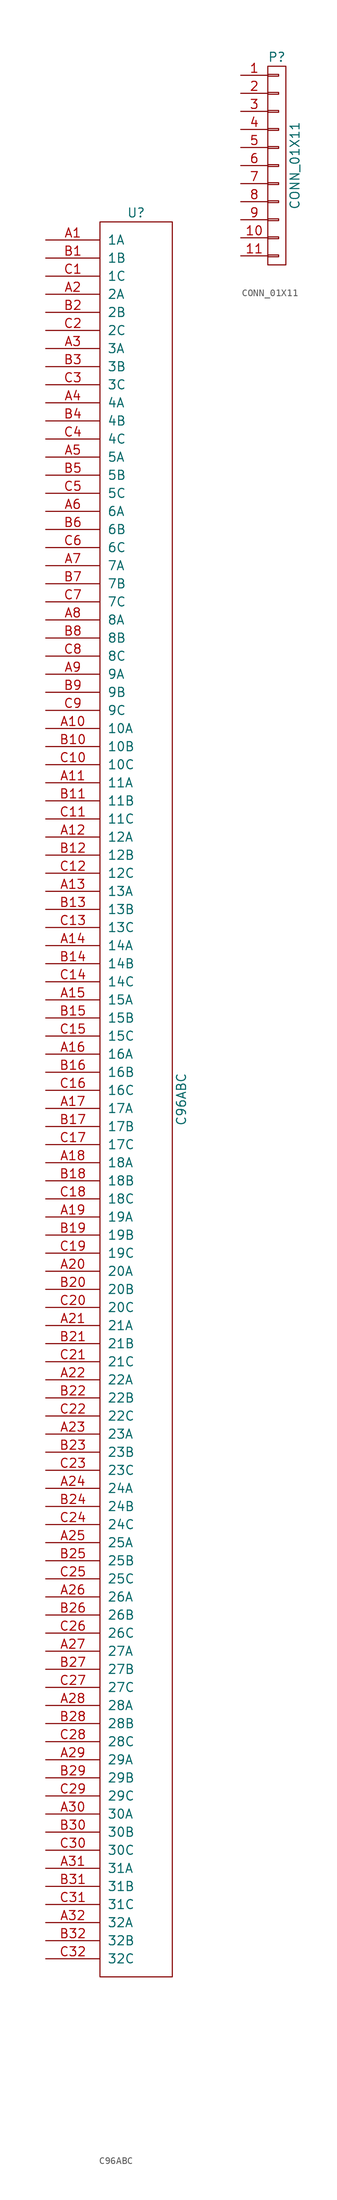
<source format=kicad_sym>
(kicad_symbol_lib
  (version 20211014)
  (generator kicad_symbol_editor)
  (symbol "C96ABC"
    (pin_names
      (offset 1.016))
    (property "Reference" "U"
      (at 0 124.46 0)
      (effects (font (size 1.27 1.27))))
    (property "Value" "C96ABC"
      (at 6.35 0 90)
      (effects (font (size 1.27 1.27))))
    (property "Footprint" ""
      (at 0 0 0)
      (effects (font (size 1.27 1.27))))
    (property "Datasheet" ""
      (at 0 0 0)
      (effects (font (size 1.27 1.27))))
    (symbol "C96ABC_0_1"
      (rectangle (start -5.08 -123.19) (end 5.08 123.19) (stroke (width 0) (type default) (color 0 0 0 0)) (fill (type none))))
    (symbol "C96ABC_1_1"
      (pin passive line (at -12.7 120.65 0) (length 7.62) (name "1A" (effects (font (size 1.27 1.27)))) (number "A1" (effects (font (size 1.27 1.27)))))
      (pin passive line (at -12.7 52.07 0) (length 7.62) (name "10A" (effects (font (size 1.27 1.27)))) (number "A10" (effects (font (size 1.27 1.27)))))
      (pin passive line (at -12.7 44.45 0) (length 7.62) (name "11A" (effects (font (size 1.27 1.27)))) (number "A11" (effects (font (size 1.27 1.27)))))
      (pin passive line (at -12.7 36.83 0) (length 7.62) (name "12A" (effects (font (size 1.27 1.27)))) (number "A12" (effects (font (size 1.27 1.27)))))
      (pin passive line (at -12.7 29.21 0) (length 7.62) (name "13A" (effects (font (size 1.27 1.27)))) (number "A13" (effects (font (size 1.27 1.27)))))
      (pin passive line (at -12.7 21.59 0) (length 7.62) (name "14A" (effects (font (size 1.27 1.27)))) (number "A14" (effects (font (size 1.27 1.27)))))
      (pin passive line (at -12.7 13.97 0) (length 7.62) (name "15A" (effects (font (size 1.27 1.27)))) (number "A15" (effects (font (size 1.27 1.27)))))
      (pin passive line (at -12.7 6.35 0) (length 7.62) (name "16A" (effects (font (size 1.27 1.27)))) (number "A16" (effects (font (size 1.27 1.27)))))
      (pin passive line (at -12.7 -1.27 0) (length 7.62) (name "17A" (effects (font (size 1.27 1.27)))) (number "A17" (effects (font (size 1.27 1.27)))))
      (pin passive line (at -12.7 -8.89 0) (length 7.62) (name "18A" (effects (font (size 1.27 1.27)))) (number "A18" (effects (font (size 1.27 1.27)))))
      (pin passive line (at -12.7 -16.51 0) (length 7.62) (name "19A" (effects (font (size 1.27 1.27)))) (number "A19" (effects (font (size 1.27 1.27)))))
      (pin passive line (at -12.7 113.03 0) (length 7.62) (name "2A" (effects (font (size 1.27 1.27)))) (number "A2" (effects (font (size 1.27 1.27)))))
      (pin passive line (at -12.7 -24.13 0) (length 7.62) (name "20A" (effects (font (size 1.27 1.27)))) (number "A20" (effects (font (size 1.27 1.27)))))
      (pin tri_state line (at -12.7 -31.75 0) (length 7.62) (name "21A" (effects (font (size 1.27 1.27)))) (number "A21" (effects (font (size 1.27 1.27)))))
      (pin passive line (at -12.7 -39.37 0) (length 7.62) (name "22A" (effects (font (size 1.27 1.27)))) (number "A22" (effects (font (size 1.27 1.27)))))
      (pin passive line (at -12.7 -46.99 0) (length 7.62) (name "23A" (effects (font (size 1.27 1.27)))) (number "A23" (effects (font (size 1.27 1.27)))))
      (pin passive line (at -12.7 -54.61 0) (length 7.62) (name "24A" (effects (font (size 1.27 1.27)))) (number "A24" (effects (font (size 1.27 1.27)))))
      (pin passive line (at -12.7 -62.23 0) (length 7.62) (name "25A" (effects (font (size 1.27 1.27)))) (number "A25" (effects (font (size 1.27 1.27)))))
      (pin passive line (at -12.7 -69.85 0) (length 7.62) (name "26A" (effects (font (size 1.27 1.27)))) (number "A26" (effects (font (size 1.27 1.27)))))
      (pin passive line (at -12.7 -77.47 0) (length 7.62) (name "27A" (effects (font (size 1.27 1.27)))) (number "A27" (effects (font (size 1.27 1.27)))))
      (pin passive line (at -12.7 -85.09 0) (length 7.62) (name "28A" (effects (font (size 1.27 1.27)))) (number "A28" (effects (font (size 1.27 1.27)))))
      (pin passive line (at -12.7 -92.71 0) (length 7.62) (name "29A" (effects (font (size 1.27 1.27)))) (number "A29" (effects (font (size 1.27 1.27)))))
      (pin passive line (at -12.7 105.41 0) (length 7.62) (name "3A" (effects (font (size 1.27 1.27)))) (number "A3" (effects (font (size 1.27 1.27)))))
      (pin passive line (at -12.7 -100.33 0) (length 7.62) (name "30A" (effects (font (size 1.27 1.27)))) (number "A30" (effects (font (size 1.27 1.27)))))
      (pin passive line (at -12.7 -107.95 0) (length 7.62) (name "31A" (effects (font (size 1.27 1.27)))) (number "A31" (effects (font (size 1.27 1.27)))))
      (pin passive line (at -12.7 -115.57 0) (length 7.62) (name "32A" (effects (font (size 1.27 1.27)))) (number "A32" (effects (font (size 1.27 1.27)))))
      (pin passive line (at -12.7 97.79 0) (length 7.62) (name "4A" (effects (font (size 1.27 1.27)))) (number "A4" (effects (font (size 1.27 1.27)))))
      (pin passive line (at -12.7 90.17 0) (length 7.62) (name "5A" (effects (font (size 1.27 1.27)))) (number "A5" (effects (font (size 1.27 1.27)))))
      (pin passive line (at -12.7 82.55 0) (length 7.62) (name "6A" (effects (font (size 1.27 1.27)))) (number "A6" (effects (font (size 1.27 1.27)))))
      (pin passive line (at -12.7 74.93 0) (length 7.62) (name "7A" (effects (font (size 1.27 1.27)))) (number "A7" (effects (font (size 1.27 1.27)))))
      (pin passive line (at -12.7 67.31 0) (length 7.62) (name "8A" (effects (font (size 1.27 1.27)))) (number "A8" (effects (font (size 1.27 1.27)))))
      (pin passive line (at -12.7 59.69 0) (length 7.62) (name "9A" (effects (font (size 1.27 1.27)))) (number "A9" (effects (font (size 1.27 1.27)))))
      (pin passive line (at -12.7 118.11 0) (length 7.62) (name "1B" (effects (font (size 1.27 1.27)))) (number "B1" (effects (font (size 1.27 1.27)))))
      (pin passive line (at -12.7 49.53 0) (length 7.62) (name "10B" (effects (font (size 1.27 1.27)))) (number "B10" (effects (font (size 1.27 1.27)))))
      (pin passive line (at -12.7 41.91 0) (length 7.62) (name "11B" (effects (font (size 1.27 1.27)))) (number "B11" (effects (font (size 1.27 1.27)))))
      (pin passive line (at -12.7 34.29 0) (length 7.62) (name "12B" (effects (font (size 1.27 1.27)))) (number "B12" (effects (font (size 1.27 1.27)))))
      (pin passive line (at -12.7 26.67 0) (length 7.62) (name "13B" (effects (font (size 1.27 1.27)))) (number "B13" (effects (font (size 1.27 1.27)))))
      (pin passive line (at -12.7 19.05 0) (length 7.62) (name "14B" (effects (font (size 1.27 1.27)))) (number "B14" (effects (font (size 1.27 1.27)))))
      (pin passive line (at -12.7 11.43 0) (length 7.62) (name "15B" (effects (font (size 1.27 1.27)))) (number "B15" (effects (font (size 1.27 1.27)))))
      (pin passive line (at -12.7 3.81 0) (length 7.62) (name "16B" (effects (font (size 1.27 1.27)))) (number "B16" (effects (font (size 1.27 1.27)))))
      (pin passive line (at -12.7 -3.81 0) (length 7.62) (name "17B" (effects (font (size 1.27 1.27)))) (number "B17" (effects (font (size 1.27 1.27)))))
      (pin passive line (at -12.7 -11.43 0) (length 7.62) (name "18B" (effects (font (size 1.27 1.27)))) (number "B18" (effects (font (size 1.27 1.27)))))
      (pin passive line (at -12.7 -19.05 0) (length 7.62) (name "19B" (effects (font (size 1.27 1.27)))) (number "B19" (effects (font (size 1.27 1.27)))))
      (pin passive line (at -12.7 110.49 0) (length 7.62) (name "2B" (effects (font (size 1.27 1.27)))) (number "B2" (effects (font (size 1.27 1.27)))))
      (pin passive line (at -12.7 -26.67 0) (length 7.62) (name "20B" (effects (font (size 1.27 1.27)))) (number "B20" (effects (font (size 1.27 1.27)))))
      (pin passive line (at -12.7 -34.29 0) (length 7.62) (name "21B" (effects (font (size 1.27 1.27)))) (number "B21" (effects (font (size 1.27 1.27)))))
      (pin passive line (at -12.7 -41.91 0) (length 7.62) (name "22B" (effects (font (size 1.27 1.27)))) (number "B22" (effects (font (size 1.27 1.27)))))
      (pin passive line (at -12.7 -49.53 0) (length 7.62) (name "23B" (effects (font (size 1.27 1.27)))) (number "B23" (effects (font (size 1.27 1.27)))))
      (pin passive line (at -12.7 -57.15 0) (length 7.62) (name "24B" (effects (font (size 1.27 1.27)))) (number "B24" (effects (font (size 1.27 1.27)))))
      (pin passive line (at -12.7 -64.77 0) (length 7.62) (name "25B" (effects (font (size 1.27 1.27)))) (number "B25" (effects (font (size 1.27 1.27)))))
      (pin passive line (at -12.7 -72.39 0) (length 7.62) (name "26B" (effects (font (size 1.27 1.27)))) (number "B26" (effects (font (size 1.27 1.27)))))
      (pin passive line (at -12.7 -80.01 0) (length 7.62) (name "27B" (effects (font (size 1.27 1.27)))) (number "B27" (effects (font (size 1.27 1.27)))))
      (pin passive line (at -12.7 -87.63 0) (length 7.62) (name "28B" (effects (font (size 1.27 1.27)))) (number "B28" (effects (font (size 1.27 1.27)))))
      (pin passive line (at -12.7 -95.25 0) (length 7.62) (name "29B" (effects (font (size 1.27 1.27)))) (number "B29" (effects (font (size 1.27 1.27)))))
      (pin passive line (at -12.7 102.87 0) (length 7.62) (name "3B" (effects (font (size 1.27 1.27)))) (number "B3" (effects (font (size 1.27 1.27)))))
      (pin passive line (at -12.7 -102.87 0) (length 7.62) (name "30B" (effects (font (size 1.27 1.27)))) (number "B30" (effects (font (size 1.27 1.27)))))
      (pin passive line (at -12.7 -110.49 0) (length 7.62) (name "31B" (effects (font (size 1.27 1.27)))) (number "B31" (effects (font (size 1.27 1.27)))))
      (pin passive line (at -12.7 -118.11 0) (length 7.62) (name "32B" (effects (font (size 1.27 1.27)))) (number "B32" (effects (font (size 1.27 1.27)))))
      (pin passive line (at -12.7 95.25 0) (length 7.62) (name "4B" (effects (font (size 1.27 1.27)))) (number "B4" (effects (font (size 1.27 1.27)))))
      (pin passive line (at -12.7 87.63 0) (length 7.62) (name "5B" (effects (font (size 1.27 1.27)))) (number "B5" (effects (font (size 1.27 1.27)))))
      (pin passive line (at -12.7 80.01 0) (length 7.62) (name "6B" (effects (font (size 1.27 1.27)))) (number "B6" (effects (font (size 1.27 1.27)))))
      (pin passive line (at -12.7 72.39 0) (length 7.62) (name "7B" (effects (font (size 1.27 1.27)))) (number "B7" (effects (font (size 1.27 1.27)))))
      (pin passive line (at -12.7 64.77 0) (length 7.62) (name "8B" (effects (font (size 1.27 1.27)))) (number "B8" (effects (font (size 1.27 1.27)))))
      (pin passive line (at -12.7 57.15 0) (length 7.62) (name "9B" (effects (font (size 1.27 1.27)))) (number "B9" (effects (font (size 1.27 1.27)))))
      (pin passive line (at -12.7 115.57 0) (length 7.62) (name "1C" (effects (font (size 1.27 1.27)))) (number "C1" (effects (font (size 1.27 1.27)))))
      (pin passive line (at -12.7 46.99 0) (length 7.62) (name "10C" (effects (font (size 1.27 1.27)))) (number "C10" (effects (font (size 1.27 1.27)))))
      (pin passive line (at -12.7 39.37 0) (length 7.62) (name "11C" (effects (font (size 1.27 1.27)))) (number "C11" (effects (font (size 1.27 1.27)))))
      (pin passive line (at -12.7 31.75 0) (length 7.62) (name "12C" (effects (font (size 1.27 1.27)))) (number "C12" (effects (font (size 1.27 1.27)))))
      (pin passive line (at -12.7 24.13 0) (length 7.62) (name "13C" (effects (font (size 1.27 1.27)))) (number "C13" (effects (font (size 1.27 1.27)))))
      (pin passive line (at -12.7 16.51 0) (length 7.62) (name "14C" (effects (font (size 1.27 1.27)))) (number "C14" (effects (font (size 1.27 1.27)))))
      (pin passive line (at -12.7 8.89 0) (length 7.62) (name "15C" (effects (font (size 1.27 1.27)))) (number "C15" (effects (font (size 1.27 1.27)))))
      (pin passive line (at -12.7 1.27 0) (length 7.62) (name "16C" (effects (font (size 1.27 1.27)))) (number "C16" (effects (font (size 1.27 1.27)))))
      (pin passive line (at -12.7 -6.35 0) (length 7.62) (name "17C" (effects (font (size 1.27 1.27)))) (number "C17" (effects (font (size 1.27 1.27)))))
      (pin passive line (at -12.7 -13.97 0) (length 7.62) (name "18C" (effects (font (size 1.27 1.27)))) (number "C18" (effects (font (size 1.27 1.27)))))
      (pin passive line (at -12.7 -21.59 0) (length 7.62) (name "19C" (effects (font (size 1.27 1.27)))) (number "C19" (effects (font (size 1.27 1.27)))))
      (pin passive line (at -12.7 107.95 0) (length 7.62) (name "2C" (effects (font (size 1.27 1.27)))) (number "C2" (effects (font (size 1.27 1.27)))))
      (pin passive line (at -12.7 -29.21 0) (length 7.62) (name "20C" (effects (font (size 1.27 1.27)))) (number "C20" (effects (font (size 1.27 1.27)))))
      (pin passive line (at -12.7 -36.83 0) (length 7.62) (name "21C" (effects (font (size 1.27 1.27)))) (number "C21" (effects (font (size 1.27 1.27)))))
      (pin passive line (at -12.7 -44.45 0) (length 7.62) (name "22C" (effects (font (size 1.27 1.27)))) (number "C22" (effects (font (size 1.27 1.27)))))
      (pin passive line (at -12.7 -52.07 0) (length 7.62) (name "23C" (effects (font (size 1.27 1.27)))) (number "C23" (effects (font (size 1.27 1.27)))))
      (pin passive line (at -12.7 -59.69 0) (length 7.62) (name "24C" (effects (font (size 1.27 1.27)))) (number "C24" (effects (font (size 1.27 1.27)))))
      (pin passive line (at -12.7 -67.31 0) (length 7.62) (name "25C" (effects (font (size 1.27 1.27)))) (number "C25" (effects (font (size 1.27 1.27)))))
      (pin passive line (at -12.7 -74.93 0) (length 7.62) (name "26C" (effects (font (size 1.27 1.27)))) (number "C26" (effects (font (size 1.27 1.27)))))
      (pin passive line (at -12.7 -82.55 0) (length 7.62) (name "27C" (effects (font (size 1.27 1.27)))) (number "C27" (effects (font (size 1.27 1.27)))))
      (pin passive line (at -12.7 -90.17 0) (length 7.62) (name "28C" (effects (font (size 1.27 1.27)))) (number "C28" (effects (font (size 1.27 1.27)))))
      (pin passive line (at -12.7 -97.79 0) (length 7.62) (name "29C" (effects (font (size 1.27 1.27)))) (number "C29" (effects (font (size 1.27 1.27)))))
      (pin passive line (at -12.7 100.33 0) (length 7.62) (name "3C" (effects (font (size 1.27 1.27)))) (number "C3" (effects (font (size 1.27 1.27)))))
      (pin passive line (at -12.7 -105.41 0) (length 7.62) (name "30C" (effects (font (size 1.27 1.27)))) (number "C30" (effects (font (size 1.27 1.27)))))
      (pin passive line (at -12.7 -113.03 0) (length 7.62) (name "31C" (effects (font (size 1.27 1.27)))) (number "C31" (effects (font (size 1.27 1.27)))))
      (pin passive line (at -12.7 -120.65 0) (length 7.62) (name "32C" (effects (font (size 1.27 1.27)))) (number "C32" (effects (font (size 1.27 1.27)))))
      (pin passive line (at -12.7 92.71 0) (length 7.62) (name "4C" (effects (font (size 1.27 1.27)))) (number "C4" (effects (font (size 1.27 1.27)))))
      (pin passive line (at -12.7 85.09 0) (length 7.62) (name "5C" (effects (font (size 1.27 1.27)))) (number "C5" (effects (font (size 1.27 1.27)))))
      (pin passive line (at -12.7 77.47 0) (length 7.62) (name "6C" (effects (font (size 1.27 1.27)))) (number "C6" (effects (font (size 1.27 1.27)))))
      (pin passive line (at -12.7 69.85 0) (length 7.62) (name "7C" (effects (font (size 1.27 1.27)))) (number "C7" (effects (font (size 1.27 1.27)))))
      (pin passive line (at -12.7 62.23 0) (length 7.62) (name "8C" (effects (font (size 1.27 1.27)))) (number "C8" (effects (font (size 1.27 1.27)))))
      (pin passive line (at -12.7 54.61 0) (length 7.62) (name "9C" (effects (font (size 1.27 1.27)))) (number "C9" (effects (font (size 1.27 1.27)))))))
  (symbol "CONN_01X11"
    (pin_names
      (offset 1.016) hide)
    (property "Reference" "P"
      (at 0 15.24 0)
      (effects (font (size 1.27 1.27))))
    (property "Value" "CONN_01X11"
      (at 2.54 0 90)
      (effects (font (size 1.27 1.27))))
    (property "Footprint" ""
      (at 0 0 0)
      (effects (font (size 1.27 1.27))))
    (property "Datasheet" ""
      (at 0 0 0)
      (effects (font (size 1.27 1.27))))
    (symbol "CONN_01X11_0_1"
      (rectangle (start -1.27 -12.573) (end 0.254 -12.827) (stroke (width 0) (type default) (color 0 0 0 0)) (fill (type none)))
      (rectangle (start -1.27 -10.033) (end 0.254 -10.287) (stroke (width 0) (type default) (color 0 0 0 0)) (fill (type none)))
      (rectangle (start -1.27 -7.493) (end 0.254 -7.747) (stroke (width 0) (type default) (color 0 0 0 0)) (fill (type none)))
      (rectangle (start -1.27 -4.953) (end 0.254 -5.207) (stroke (width 0) (type default) (color 0 0 0 0)) (fill (type none)))
      (rectangle (start -1.27 -2.413) (end 0.254 -2.667) (stroke (width 0) (type default) (color 0 0 0 0)) (fill (type none)))
      (rectangle (start -1.27 0.127) (end 0.254 -0.127) (stroke (width 0) (type default) (color 0 0 0 0)) (fill (type none)))
      (rectangle (start -1.27 2.667) (end 0.254 2.413) (stroke (width 0) (type default) (color 0 0 0 0)) (fill (type none)))
      (rectangle (start -1.27 5.207) (end 0.254 4.953) (stroke (width 0) (type default) (color 0 0 0 0)) (fill (type none)))
      (rectangle (start -1.27 7.747) (end 0.254 7.493) (stroke (width 0) (type default) (color 0 0 0 0)) (fill (type none)))
      (rectangle (start -1.27 10.287) (end 0.254 10.033) (stroke (width 0) (type default) (color 0 0 0 0)) (fill (type none)))
      (rectangle (start -1.27 12.827) (end 0.254 12.573) (stroke (width 0) (type default) (color 0 0 0 0)) (fill (type none)))
      (rectangle (start -1.27 13.97) (end 1.27 -13.97) (stroke (width 0) (type default) (color 0 0 0 0)) (fill (type none))))
    (symbol "CONN_01X11_1_1"
      (pin passive line (at -5.08 12.7 0) (length 3.81) (name "P1" (effects (font (size 1.27 1.27)))) (number "1" (effects (font (size 1.27 1.27)))))
      (pin passive line (at -5.08 -10.16 0) (length 3.81) (name "P10" (effects (font (size 1.27 1.27)))) (number "10" (effects (font (size 1.27 1.27)))))
      (pin passive line (at -5.08 -12.7 0) (length 3.81) (name "P11" (effects (font (size 1.27 1.27)))) (number "11" (effects (font (size 1.27 1.27)))))
      (pin passive line (at -5.08 10.16 0) (length 3.81) (name "P2" (effects (font (size 1.27 1.27)))) (number "2" (effects (font (size 1.27 1.27)))))
      (pin passive line (at -5.08 7.62 0) (length 3.81) (name "P3" (effects (font (size 1.27 1.27)))) (number "3" (effects (font (size 1.27 1.27)))))
      (pin passive line (at -5.08 5.08 0) (length 3.81) (name "P4" (effects (font (size 1.27 1.27)))) (number "4" (effects (font (size 1.27 1.27)))))
      (pin passive line (at -5.08 2.54 0) (length 3.81) (name "P5" (effects (font (size 1.27 1.27)))) (number "5" (effects (font (size 1.27 1.27)))))
      (pin passive line (at -5.08 0 0) (length 3.81) (name "P6" (effects (font (size 1.27 1.27)))) (number "6" (effects (font (size 1.27 1.27)))))
      (pin passive line (at -5.08 -2.54 0) (length 3.81) (name "P7" (effects (font (size 1.27 1.27)))) (number "7" (effects (font (size 1.27 1.27)))))
      (pin passive line (at -5.08 -5.08 0) (length 3.81) (name "P8" (effects (font (size 1.27 1.27)))) (number "8" (effects (font (size 1.27 1.27)))))
      (pin passive line (at -5.08 -7.62 0) (length 3.81) (name "P9" (effects (font (size 1.27 1.27)))) (number "9" (effects (font (size 1.27 1.27))))))))
</source>
